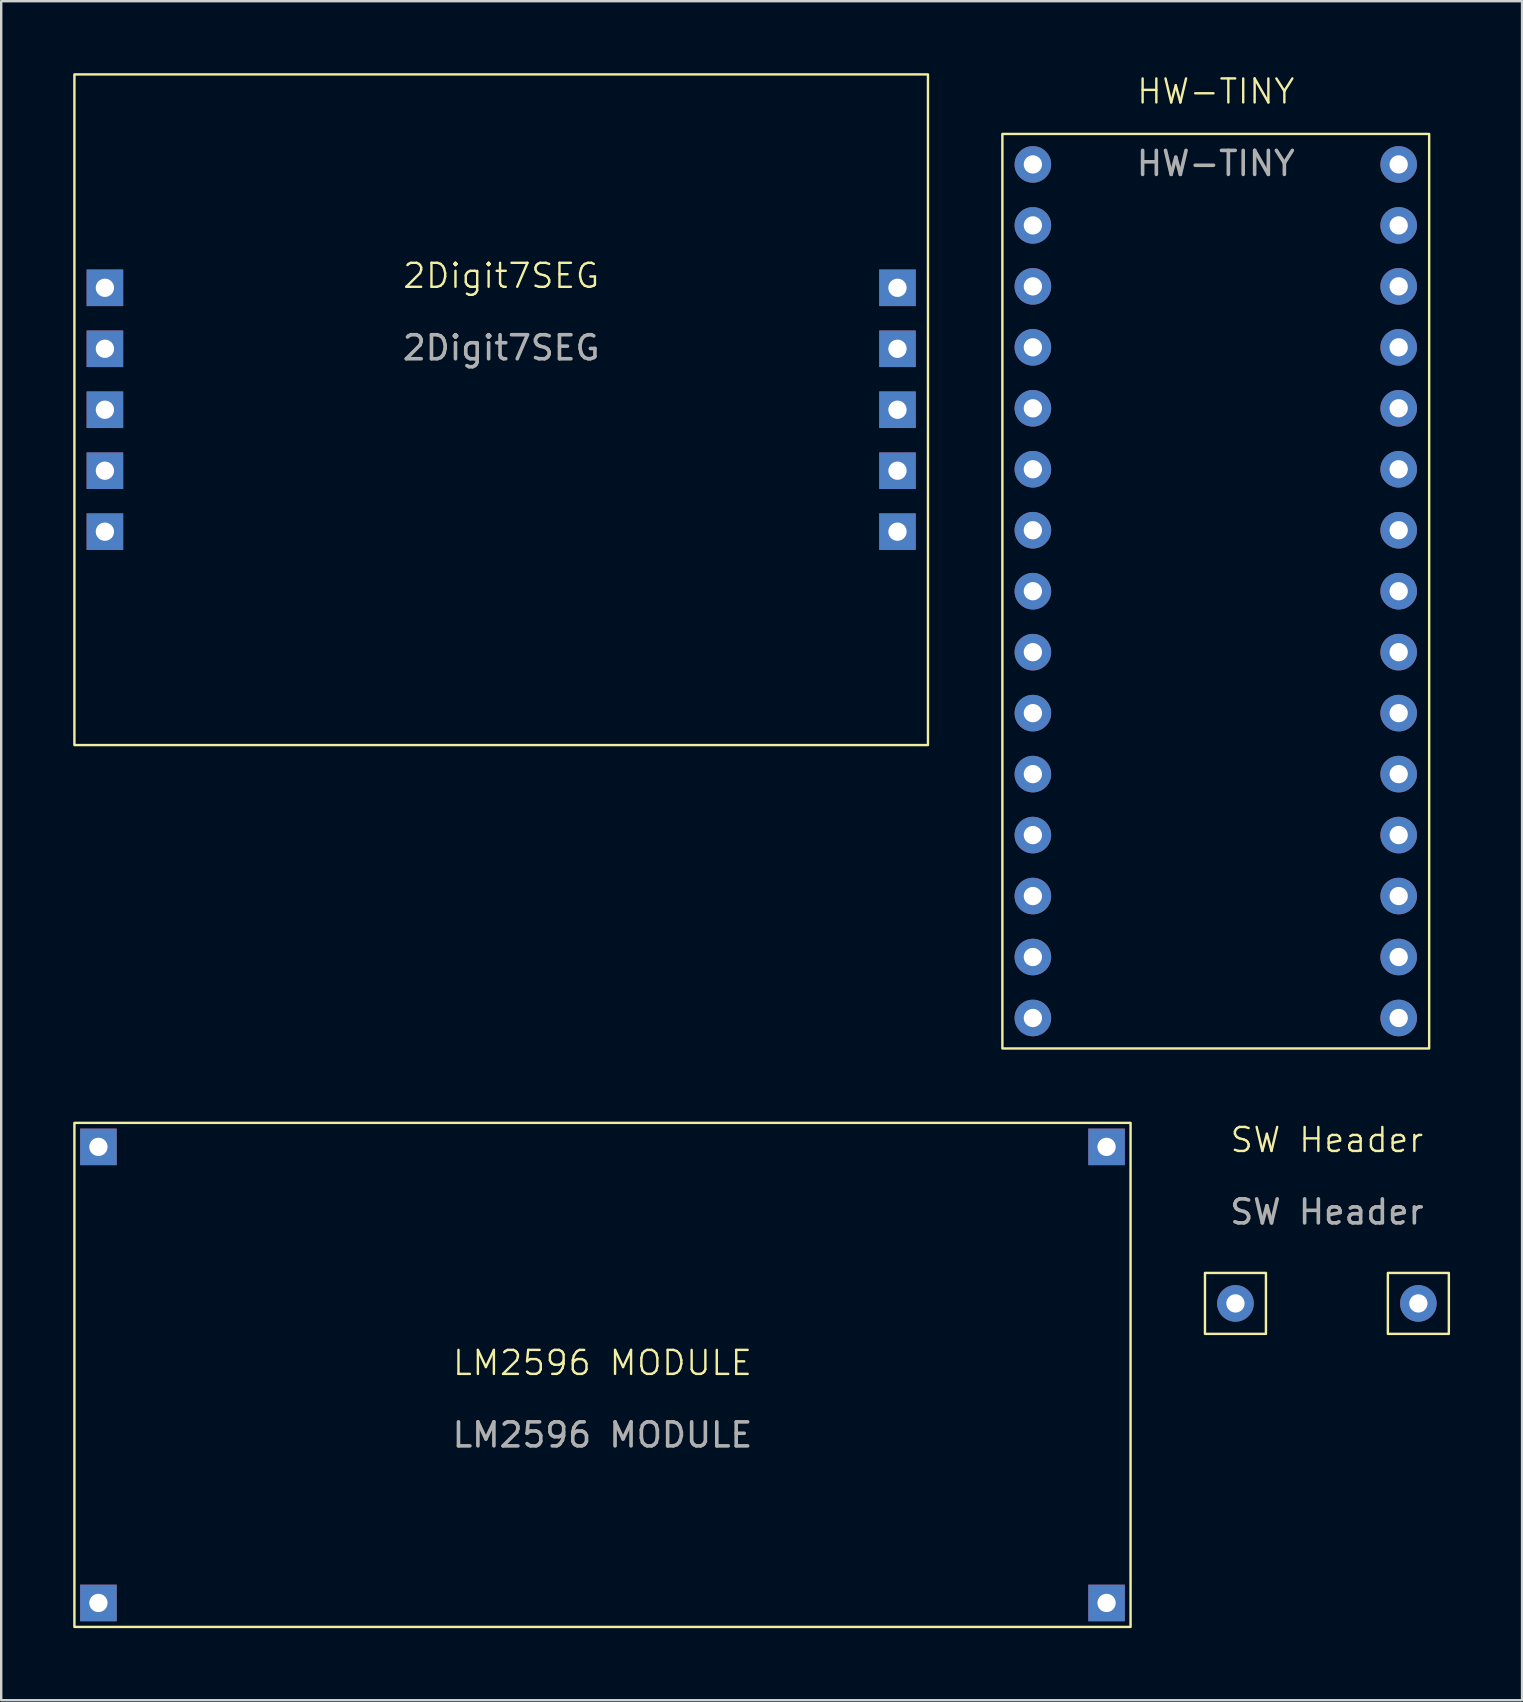
<source format=kicad_pcb>
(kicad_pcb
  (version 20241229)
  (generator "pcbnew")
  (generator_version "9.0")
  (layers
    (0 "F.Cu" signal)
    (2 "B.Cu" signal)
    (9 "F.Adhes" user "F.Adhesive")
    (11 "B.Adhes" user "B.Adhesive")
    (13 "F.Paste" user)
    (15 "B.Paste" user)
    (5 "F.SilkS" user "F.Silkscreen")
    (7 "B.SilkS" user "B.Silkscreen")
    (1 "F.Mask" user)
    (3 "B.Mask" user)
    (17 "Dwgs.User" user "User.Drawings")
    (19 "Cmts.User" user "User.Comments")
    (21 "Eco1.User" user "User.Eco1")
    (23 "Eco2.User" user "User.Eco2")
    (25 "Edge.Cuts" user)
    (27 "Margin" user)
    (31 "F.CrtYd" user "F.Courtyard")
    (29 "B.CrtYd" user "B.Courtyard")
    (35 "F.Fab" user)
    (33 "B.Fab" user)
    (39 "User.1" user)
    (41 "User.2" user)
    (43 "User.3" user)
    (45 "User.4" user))
  (footprint "HW-TINY"
    (layer "F.Cu")
    (at 47.6 1.26)
    (property "Reference" "HW-TINY" (at 0 -0.5 0) (unlocked yes) (layer "F.SilkS") (effects (font (size 1 1) (thickness 0.1))))
    (attr through_hole)
    (fp_rect (start -8.89 1.27) (end 8.89 39.37) (stroke (width 0.1) (type default)) (fill no) (layer "F.SilkS"))
    (fp_text user "${REFERENCE}" (at 0 2.5 0) (unlocked yes) (layer "F.Fab") (effects (font (size 1 1) (thickness 0.15))))
    (pad "1" thru_hole circle (at -7.62 2.54) (size 1.524 1.524) (drill 0.762) (layers "*.Cu" "*.Mask"))
    (pad "2" thru_hole circle (at -7.62 5.08) (size 1.524 1.524) (drill 0.762) (layers "*.Cu" "*.Mask"))
    (pad "3" thru_hole circle (at -7.62 7.62) (size 1.524 1.524) (drill 0.762) (layers "*.Cu" "*.Mask"))
    (pad "4" thru_hole circle (at -7.62 10.16) (size 1.524 1.524) (drill 0.762) (layers "*.Cu" "*.Mask"))
    (pad "5" thru_hole circle (at -7.62 12.7) (size 1.524 1.524) (drill 0.762) (layers "*.Cu" "*.Mask"))
    (pad "6" thru_hole circle (at -7.62 15.24) (size 1.524 1.524) (drill 0.762) (layers "*.Cu" "*.Mask"))
    (pad "7" thru_hole circle (at -7.62 17.78) (size 1.524 1.524) (drill 0.762) (layers "*.Cu" "*.Mask"))
    (pad "8" thru_hole circle (at -7.62 20.32) (size 1.524 1.524) (drill 0.762) (layers "*.Cu" "*.Mask"))
    (pad "9" thru_hole circle (at -7.62 22.86) (size 1.524 1.524) (drill 0.762) (layers "*.Cu" "*.Mask"))
    (pad "10" thru_hole circle (at -7.62 25.4) (size 1.524 1.524) (drill 0.762) (layers "*.Cu" "*.Mask"))
    (pad "11" thru_hole circle (at -7.62 27.94) (size 1.524 1.524) (drill 0.762) (layers "*.Cu" "*.Mask"))
    (pad "12" thru_hole circle (at -7.62 30.48) (size 1.524 1.524) (drill 0.762) (layers "*.Cu" "*.Mask"))
    (pad "13" thru_hole circle (at -7.62 33.02) (size 1.524 1.524) (drill 0.762) (layers "*.Cu" "*.Mask"))
    (pad "14" thru_hole circle (at -7.62 35.56) (size 1.524 1.524) (drill 0.762) (layers "*.Cu" "*.Mask"))
    (pad "15" thru_hole circle (at -7.62 38.1) (size 1.524 1.524) (drill 0.762) (layers "*.Cu" "*.Mask"))
    (pad "16" thru_hole circle (at 7.62 38.1) (size 1.524 1.524) (drill 0.762) (layers "*.Cu" "*.Mask"))
    (pad "17" thru_hole circle (at 7.62 35.56) (size 1.524 1.524) (drill 0.762) (layers "*.Cu" "*.Mask"))
    (pad "18" thru_hole circle (at 7.62 33.02) (size 1.524 1.524) (drill 0.762) (layers "*.Cu" "*.Mask"))
    (pad "19" thru_hole circle (at 7.62 30.48) (size 1.524 1.524) (drill 0.762) (layers "*.Cu" "*.Mask"))
    (pad "20" thru_hole circle (at 7.62 27.94) (size 1.524 1.524) (drill 0.762) (layers "*.Cu" "*.Mask"))
    (pad "21" thru_hole circle (at 7.62 25.4) (size 1.524 1.524) (drill 0.762) (layers "*.Cu" "*.Mask"))
    (pad "22" thru_hole circle (at 7.62 22.86) (size 1.524 1.524) (drill 0.762) (layers "*.Cu" "*.Mask"))
    (pad "23" thru_hole circle (at 7.62 20.32) (size 1.524 1.524) (drill 0.762) (layers "*.Cu" "*.Mask"))
    (pad "24" thru_hole circle (at 7.62 17.78) (size 1.524 1.524) (drill 0.762) (layers "*.Cu" "*.Mask"))
    (pad "25" thru_hole circle (at 7.62 15.24) (size 1.524 1.524) (drill 0.762) (layers "*.Cu" "*.Mask"))
    (pad "26" thru_hole circle (at 7.62 12.7) (size 1.524 1.524) (drill 0.762) (layers "*.Cu" "*.Mask"))
    (pad "27" thru_hole circle (at 7.62 10.16) (size 1.524 1.524) (drill 0.762) (layers "*.Cu" "*.Mask"))
    (pad "28" thru_hole circle (at 7.62 7.62) (size 1.524 1.524) (drill 0.762) (layers "*.Cu" "*.Mask"))
    (pad "29" thru_hole circle (at 7.62 5.08) (size 1.524 1.524) (drill 0.762) (layers "*.Cu" "*.Mask"))
    (pad "30" thru_hole circle (at 7.62 2.54) (size 1.524 1.524) (drill 0.762) (layers "*.Cu" "*.Mask")))
  (footprint "LM2596 MODULE"
    (layer "F.Cu")
    (at 22.05 54.23)
    (property "Reference" "LM2596 MODULE" (at 0 -0.5 0) (unlocked yes) (layer "F.SilkS") (effects (font (size 1 1) (thickness 0.1))))
    (fp_rect (start -22 -10.5) (end 22 10.5) (stroke (width 0.1) (type default)) (fill no) (layer "F.SilkS"))
    (fp_text user "${REFERENCE}" (at 0 2.5 0) (unlocked yes) (layer "F.Fab") (effects (font (size 1 1) (thickness 0.15))))
    (pad "1" thru_hole rect (at -21 -9.5) (size 1.524 1.524) (drill 0.762) (layers "*.Cu" "*.Mask"))
    (pad "2" thru_hole rect (at -21 9.5) (size 1.524 1.524) (drill 0.762) (layers "*.Cu" "*.Mask"))
    (pad "3" thru_hole rect (at 21 9.5) (size 1.524 1.524) (drill 0.762) (layers "*.Cu" "*.Mask"))
    (pad "4" thru_hole rect (at 21 -9.5) (size 1.524 1.524) (drill 0.762) (layers "*.Cu" "*.Mask")))
  (footprint "2Digit7SEG"
    (layer "F.Cu")
    (at 17.83 8.94)
    (property "Reference" "2Digit7SEG" (at 0 -0.5 0) (unlocked yes) (layer "F.SilkS") (effects (font (size 1 1) (thickness 0.1))))
    (attr through_hole)
    (fp_rect (start -17.78 -8.89) (end 17.78 19.05) (stroke (width 0.1) (type default)) (fill no) (layer "F.SilkS"))
    (fp_text user "${REFERENCE}" (at 0 2.5 0) (unlocked yes) (layer "F.Fab") (effects (font (size 1 1) (thickness 0.15))))
    (pad "1" thru_hole rect (at -16.51 0) (size 1.524 1.524) (drill 0.762) (layers "*.Cu" "*.Mask"))
    (pad "2" thru_hole rect (at -16.51 2.54) (size 1.524 1.524) (drill 0.762) (layers "*.Cu" "*.Mask"))
    (pad "3" thru_hole rect (at -16.51 5.08) (size 1.524 1.524) (drill 0.762) (layers "*.Cu" "*.Mask"))
    (pad "4" thru_hole rect (at -16.51 7.62) (size 1.524 1.524) (drill 0.762) (layers "*.Cu" "*.Mask"))
    (pad "5" thru_hole rect (at -16.51 10.16) (size 1.524 1.524) (drill 0.762) (layers "*.Cu" "*.Mask"))
    (pad "6" thru_hole rect (at 16.51 10.16) (size 1.524 1.524) (drill 0.762) (layers "*.Cu" "*.Mask"))
    (pad "7" thru_hole rect (at 16.51 7.62) (size 1.524 1.524) (drill 0.762) (layers "*.Cu" "*.Mask"))
    (pad "8" thru_hole rect (at 16.51 5.08) (size 1.524 1.524) (drill 0.762) (layers "*.Cu" "*.Mask"))
    (pad "9" thru_hole rect (at 16.51 2.54) (size 1.524 1.524) (drill 0.762) (layers "*.Cu" "*.Mask"))
    (pad "10" thru_hole rect (at 16.51 0) (size 1.524 1.524) (drill 0.762) (layers "*.Cu" "*.Mask")))
  (footprint "SW Header"
    (layer "F.Cu")
    (at 52.23 51.251)
    (property "Reference" "SW Header" (at 0 -6.81 0) (unlocked yes) (layer "F.SilkS") (effects (font (size 1 1) (thickness 0.1))))
    (attr through_hole)
    (fp_rect (start -5.08 -1.27) (end -2.54 1.27) (stroke (width 0.1) (type default)) (fill no) (layer "F.SilkS"))
    (fp_rect (start 2.54 -1.27) (end 5.08 1.27) (stroke (width 0.1) (type default)) (fill no) (layer "F.SilkS"))
    (fp_text user "${REFERENCE}" (at 0 -3.81 0) (unlocked yes) (layer "F.Fab") (effects (font (size 1 1) (thickness 0.15))))
    (pad "1" thru_hole circle (at -3.81 0) (size 1.524 1.524) (drill 0.762) (layers "*.Cu" "*.Mask"))
    (pad "2" thru_hole circle (at 3.81 0) (size 1.524 1.524) (drill 0.762) (layers "*.Cu" "*.Mask")))
  (gr_rect
    (start -3 -3)
    (end 60.36 67.781)
    (stroke (width 0.1) (type default))
    (fill no)
    (layer "Edge.Cuts")))
</source>
